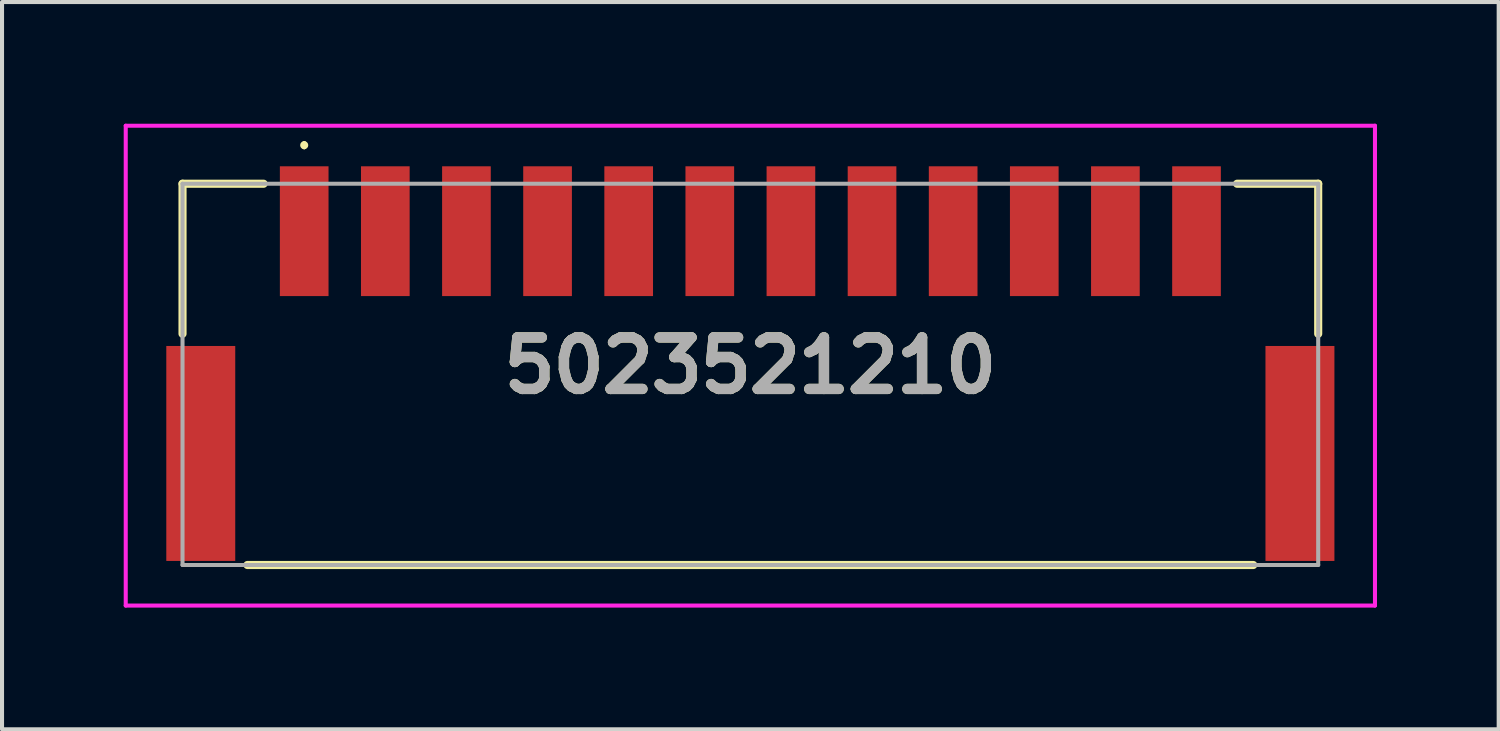
<source format=kicad_pcb>
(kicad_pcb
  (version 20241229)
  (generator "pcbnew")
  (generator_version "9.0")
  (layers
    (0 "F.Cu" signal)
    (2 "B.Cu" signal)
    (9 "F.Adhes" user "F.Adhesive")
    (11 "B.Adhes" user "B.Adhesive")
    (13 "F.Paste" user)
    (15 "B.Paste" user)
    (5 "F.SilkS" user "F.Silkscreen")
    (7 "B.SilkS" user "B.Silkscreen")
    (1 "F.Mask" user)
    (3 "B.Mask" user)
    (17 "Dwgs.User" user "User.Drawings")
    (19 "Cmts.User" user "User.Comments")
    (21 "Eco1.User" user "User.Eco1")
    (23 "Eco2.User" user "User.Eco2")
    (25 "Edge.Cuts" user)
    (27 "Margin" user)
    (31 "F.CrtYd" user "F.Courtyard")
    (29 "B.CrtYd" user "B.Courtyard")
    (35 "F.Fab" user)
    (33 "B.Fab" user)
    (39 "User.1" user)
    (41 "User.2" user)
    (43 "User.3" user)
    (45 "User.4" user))
  (footprint "5023521210"
    (layer "F.Cu")
    (at 15.45 6.18)
    (property "Reference" "5023521210" (at 0 -0.215 0) (layer "F.SilkS") (effects (font (size 1.27 1.27) (thickness 0.254))))
    (attr smd)
    (fp_line (start -14 -4.7) (end -12 -4.7) (stroke (width 0.2) (type solid)) (layer "F.SilkS"))
    (fp_line (start -14 -1) (end -14 -4.7) (stroke (width 0.2) (type solid)) (layer "F.SilkS"))
    (fp_line (start -12.4 4.7) (end 12.4 4.7) (stroke (width 0.2) (type solid)) (layer "F.SilkS"))
    (fp_line (start -11 -5.7) (end -11 -5.7) (stroke (width 0.1) (type solid)) (layer "F.SilkS"))
    (fp_line (start -11 -5.6) (end -11 -5.6) (stroke (width 0.1) (type solid)) (layer "F.SilkS"))
    (fp_line (start 14 -4.7) (end 12 -4.7) (stroke (width 0.2) (type solid)) (layer "F.SilkS"))
    (fp_line (start 14 -1) (end 14 -4.7) (stroke (width 0.2) (type solid)) (layer "F.SilkS"))
    (fp_arc (start -11 -5.7) (mid -10.95 -5.65) (end -11 -5.6) (stroke (width 0.1) (type solid)) (layer "F.SilkS"))
    (fp_arc (start -11 -5.6) (mid -11.05 -5.65) (end -11 -5.7) (stroke (width 0.1) (type solid)) (layer "F.SilkS"))
    (fp_line (start -15.4 -6.13) (end 15.4 -6.13) (stroke (width 0.1) (type solid)) (layer "F.CrtYd"))
    (fp_line (start -15.4 5.7) (end -15.4 -6.13) (stroke (width 0.1) (type solid)) (layer "F.CrtYd"))
    (fp_line (start 15.4 -6.13) (end 15.4 5.7) (stroke (width 0.1) (type solid)) (layer "F.CrtYd"))
    (fp_line (start 15.4 5.7) (end -15.4 5.7) (stroke (width 0.1) (type solid)) (layer "F.CrtYd"))
    (fp_line (start -14 -4.7) (end -14 4.7) (stroke (width 0.1) (type solid)) (layer "F.Fab"))
    (fp_line (start -14 4.7) (end 14 4.7) (stroke (width 0.1) (type solid)) (layer "F.Fab"))
    (fp_line (start 14 -4.7) (end -14 -4.7) (stroke (width 0.1) (type solid)) (layer "F.Fab"))
    (fp_line (start 14 4.7) (end 14 -4.7) (stroke (width 0.1) (type solid)) (layer "F.Fab"))
    (fp_text user "${REFERENCE}" (at 0 -0.215 0) (layer "F.Fab") (effects (font (size 1.27 1.27) (thickness 0.254))))
    (pad "1" smd rect (at -11 -3.53) (size 1.2 3.2) (layers "F.Cu" "F.Mask" "F.Paste"))
    (pad "2" smd rect (at -9 -3.53) (size 1.2 3.2) (layers "F.Cu" "F.Mask" "F.Paste"))
    (pad "3" smd rect (at -7 -3.53) (size 1.2 3.2) (layers "F.Cu" "F.Mask" "F.Paste"))
    (pad "4" smd rect (at -5 -3.53) (size 1.2 3.2) (layers "F.Cu" "F.Mask" "F.Paste"))
    (pad "5" smd rect (at -3 -3.53) (size 1.2 3.2) (layers "F.Cu" "F.Mask" "F.Paste"))
    (pad "6" smd rect (at -1 -3.53) (size 1.2 3.2) (layers "F.Cu" "F.Mask" "F.Paste"))
    (pad "7" smd rect (at 1 -3.53) (size 1.2 3.2) (layers "F.Cu" "F.Mask" "F.Paste"))
    (pad "8" smd rect (at 3 -3.53) (size 1.2 3.2) (layers "F.Cu" "F.Mask" "F.Paste"))
    (pad "9" smd rect (at 5 -3.53) (size 1.2 3.2) (layers "F.Cu" "F.Mask" "F.Paste"))
    (pad "10" smd rect (at 7 -3.53) (size 1.2 3.2) (layers "F.Cu" "F.Mask" "F.Paste"))
    (pad "11" smd rect (at 9 -3.53) (size 1.2 3.2) (layers "F.Cu" "F.Mask" "F.Paste"))
    (pad "12" smd rect (at 11 -3.53) (size 1.2 3.2) (layers "F.Cu" "F.Mask" "F.Paste"))
    (pad "MP1" smd rect (at -13.55 1.95) (size 1.7 5.3) (layers "F.Cu" "F.Mask" "F.Paste"))
    (pad "MP2" smd rect (at 13.55 1.95) (size 1.7 5.3) (layers "F.Cu" "F.Mask" "F.Paste")))
  (gr_rect
    (start -3 -3)
    (end 33.9 14.93)
    (stroke (width 0.1) (type default))
    (fill no)
    (layer "Edge.Cuts")))
</source>
